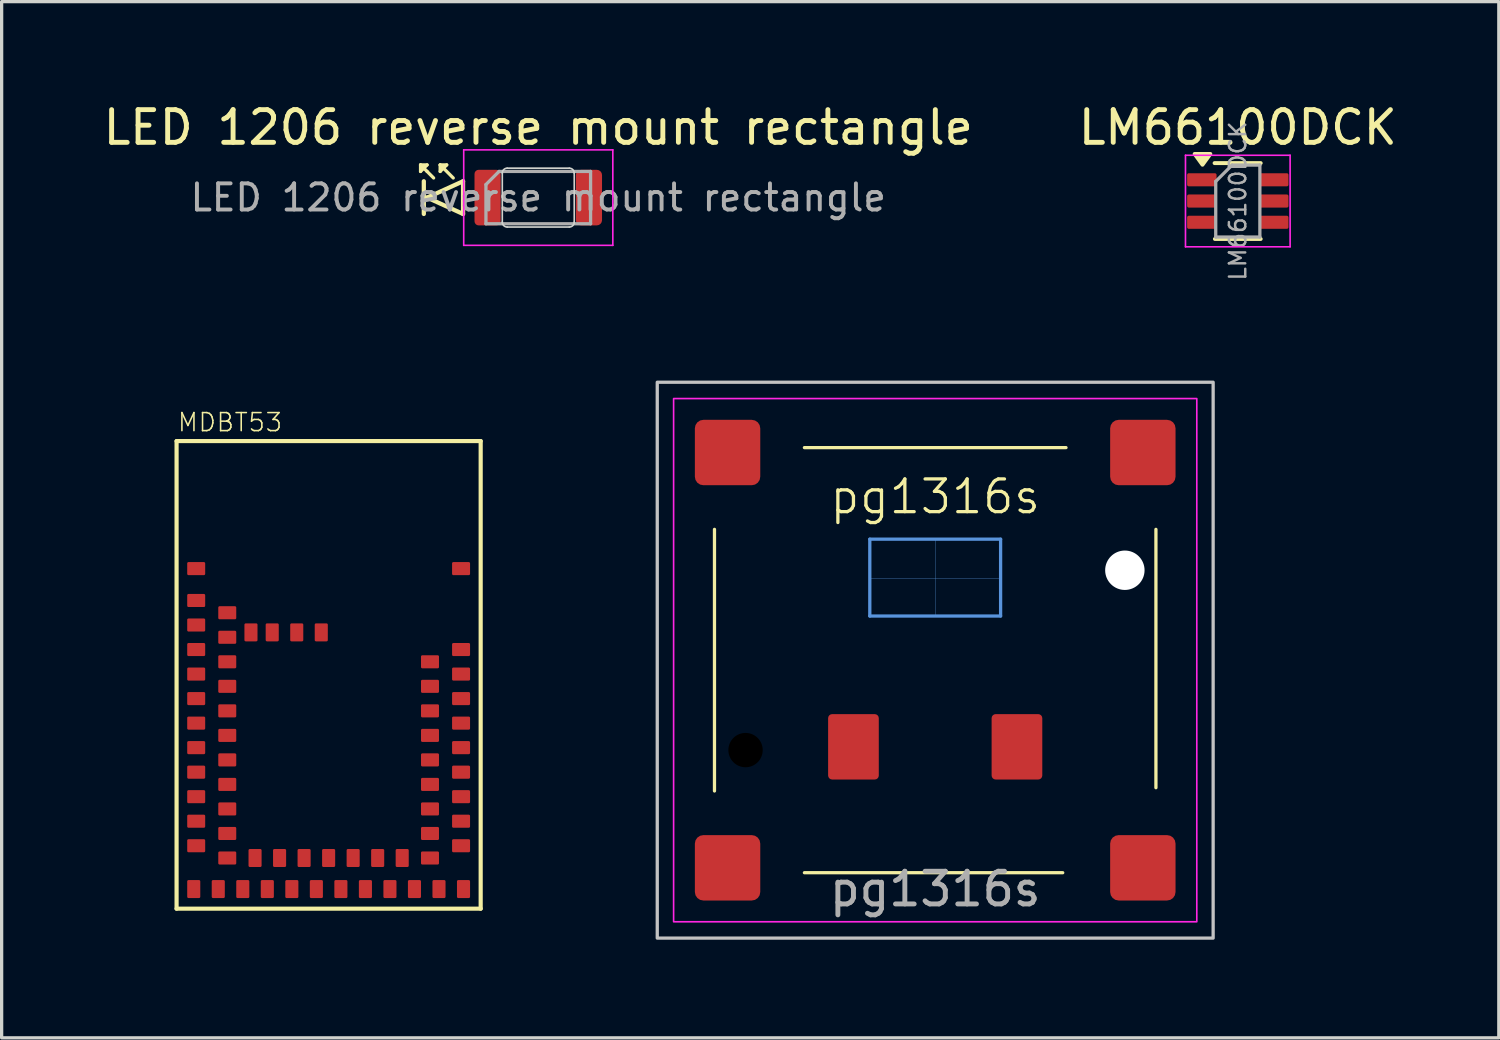
<source format=kicad_pcb>
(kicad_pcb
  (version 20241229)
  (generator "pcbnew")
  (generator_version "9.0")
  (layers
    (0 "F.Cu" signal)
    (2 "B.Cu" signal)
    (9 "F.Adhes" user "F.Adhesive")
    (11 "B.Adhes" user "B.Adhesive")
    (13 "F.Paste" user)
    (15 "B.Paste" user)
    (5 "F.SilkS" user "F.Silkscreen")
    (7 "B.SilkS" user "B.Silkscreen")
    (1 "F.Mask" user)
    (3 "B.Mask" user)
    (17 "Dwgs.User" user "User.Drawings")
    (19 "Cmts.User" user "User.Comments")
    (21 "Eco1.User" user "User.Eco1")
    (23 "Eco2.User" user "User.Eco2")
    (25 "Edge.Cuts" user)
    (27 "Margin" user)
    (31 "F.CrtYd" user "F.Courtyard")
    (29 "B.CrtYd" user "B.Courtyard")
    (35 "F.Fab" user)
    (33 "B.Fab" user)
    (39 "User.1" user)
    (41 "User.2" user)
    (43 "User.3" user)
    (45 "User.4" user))
  (footprint "pg1316s"
    (layer "F.Cu")
    (at 25.55 17.139)
    (property "Reference" "pg1316s" (at 0 -5 0) (unlocked yes) (layer "F.SilkS") (effects (font (size 1 1) (thickness 0.1))))
    (attr smd)
    (fp_line (start -6.75 4) (end -6.75 -4) (stroke (width 0.1) (type default)) (layer "F.SilkS"))
    (fp_line (start -4 -6.5) (end 4 -6.5) (stroke (width 0.1) (type default)) (layer "F.SilkS"))
    (fp_line (start 3.9 6.5) (end -4 6.5) (stroke (width 0.1) (type default)) (layer "F.SilkS"))
    (fp_line (start 6.75 -4) (end 6.75 3.9) (stroke (width 0.1) (type default)) (layer "F.SilkS"))
    (fp_rect (start -8.5 -8.5) (end 8.5 8.5) (stroke (width 0.1) (type default)) (fill no) (layer "Dwgs.User"))
    (fp_line (start -2 -3.7) (end -2 -1.35) (stroke (width 0.1) (type default)) (layer "Cmts.User"))
    (fp_line (start -2 -3.7) (end 2 -3.7) (stroke (width 0.1) (type default)) (layer "Cmts.User"))
    (fp_line (start -2 -1.35) (end 2 -1.35) (stroke (width 0.1) (type default)) (layer "Cmts.User"))
    (fp_line (start 0 -3.7) (end 0 -1.35) (stroke (width 0.01) (type solid)) (layer "Cmts.User"))
    (fp_line (start 2 -3.7) (end 2 -1.35) (stroke (width 0.1) (type default)) (layer "Cmts.User"))
    (fp_line (start 2 -2.5) (end -2 -2.5) (stroke (width 0.01) (type solid)) (layer "Cmts.User"))
    (fp_rect (start -8 -8) (end 8 8) (stroke (width 0.05) (type default)) (fill no) (layer "F.CrtYd"))
    (fp_rect (start -2 -3.7) (end 2 -1.35) (stroke (width 0.05) (type default)) (fill no) (layer "F.CrtYd"))
    (fp_text user "${REFERENCE}" (at 0 7 0) (unlocked yes) (layer "F.Fab") (effects (font (size 1 1) (thickness 0.15))))
    (pad "" np_thru_hole circle (at -5.8 2.75) (size 1.05 1.05) (drill 1.05) (layers "*.Mask"))
    (pad "" np_thru_hole circle (at 5.8 -2.75) (size 1.205 1.205) (drill 1.205) (layers "*.Cu" "*.Mask"))
    (pad "1" smd roundrect (at -2.5 2.65) (size 1.55 2) (layers "F.Cu" "F.Mask" "F.Paste") (roundrect_rratio 0.08))
    (pad "2" smd roundrect (at 2.5 2.65) (size 1.55 2) (layers "F.Cu" "F.Mask" "F.Paste") (roundrect_rratio 0.08))
    (pad "SH" smd roundrect (at -6.35 -6.35) (size 2 2) (layers "F.Cu" "F.Mask" "F.Paste") (roundrect_rratio 0.13))
    (pad "SH" smd roundrect (at -6.35 6.35) (size 2 2) (layers "F.Cu" "F.Mask" "F.Paste") (roundrect_rratio 0.13))
    (pad "SH" smd roundrect (at 6.35 -6.35) (size 2 2) (layers "F.Cu" "F.Mask" "F.Paste") (roundrect_rratio 0.13))
    (pad "SH" smd roundrect (at 6.35 6.35) (size 2 2) (layers "F.Cu" "F.Mask" "F.Paste") (roundrect_rratio 0.13)))
  (footprint "MDBT53"
    (layer "F.Cu")
    (at 7 17.589)
    (property "Reference" "MDBT53" (at -4.65 -7.4 0) (unlocked yes) (layer "F.SilkS") (effects (font (size 0.552 0.552) (thickness 0.048)) (justify left bottom)))
    (fp_line (start -4.65 -7.15) (end 4.65 -7.15) (stroke (width 0.127) (type solid)) (layer "F.SilkS"))
    (fp_line (start -4.65 7.15) (end -4.65 -7.15) (stroke (width 0.127) (type solid)) (layer "F.SilkS"))
    (fp_line (start 4.65 -7.15) (end 4.65 7.15) (stroke (width 0.127) (type solid)) (layer "F.SilkS"))
    (fp_line (start 4.65 7.15) (end -4.65 7.15) (stroke (width 0.127) (type solid)) (layer "F.SilkS"))
    (pad "1" smd roundrect (at -4.05 -3.25) (size 0.55 0.4) (layers "F.Cu" "F.Mask" "F.Paste") (roundrect_rratio 0.1))
    (pad "2" smd roundrect (at -4.05 -2.275) (size 0.55 0.4) (layers "F.Cu" "F.Mask" "F.Paste") (roundrect_rratio 0.1))
    (pad "3" smd roundrect (at -3.1 -1.9) (size 0.55 0.4) (layers "F.Cu" "F.Mask" "F.Paste") (roundrect_rratio 0.1))
    (pad "4" smd roundrect (at -4.05 -1.525) (size 0.55 0.4) (layers "F.Cu" "F.Mask" "F.Paste") (roundrect_rratio 0.1))
    (pad "5" smd roundrect (at -3.1 -1.15) (size 0.55 0.4) (layers "F.Cu" "F.Mask" "F.Paste") (roundrect_rratio 0.1))
    (pad "6" smd roundrect (at -4.05 -0.775) (size 0.55 0.4) (layers "F.Cu" "F.Mask" "F.Paste") (roundrect_rratio 0.1))
    (pad "7" smd roundrect (at -3.1 -0.4) (size 0.55 0.4) (layers "F.Cu" "F.Mask" "F.Paste") (roundrect_rratio 0.1))
    (pad "8" smd roundrect (at -4.05 -0.025) (size 0.55 0.4) (layers "F.Cu" "F.Mask" "F.Paste") (roundrect_rratio 0.1))
    (pad "9" smd roundrect (at -3.1 0.35) (size 0.55 0.4) (layers "F.Cu" "F.Mask" "F.Paste") (roundrect_rratio 0.1))
    (pad "10" smd roundrect (at -4.05 0.725) (size 0.55 0.4) (layers "F.Cu" "F.Mask" "F.Paste") (roundrect_rratio 0.1))
    (pad "11" smd roundrect (at -3.1 1.1) (size 0.55 0.4) (layers "F.Cu" "F.Mask" "F.Paste") (roundrect_rratio 0.1))
    (pad "12" smd roundrect (at -4.05 1.475) (size 0.55 0.4) (layers "F.Cu" "F.Mask" "F.Paste") (roundrect_rratio 0.1))
    (pad "13" smd roundrect (at -3.1 1.85) (size 0.55 0.4) (layers "F.Cu" "F.Mask" "F.Paste") (roundrect_rratio 0.1))
    (pad "14" smd roundrect (at -4.05 2.225) (size 0.55 0.4) (layers "F.Cu" "F.Mask" "F.Paste") (roundrect_rratio 0.1))
    (pad "15" smd roundrect (at -3.1 2.6) (size 0.55 0.4) (layers "F.Cu" "F.Mask" "F.Paste") (roundrect_rratio 0.1))
    (pad "16" smd roundrect (at -4.05 2.975) (size 0.55 0.4) (layers "F.Cu" "F.Mask" "F.Paste") (roundrect_rratio 0.1))
    (pad "17" smd roundrect (at -3.1 3.35) (size 0.55 0.4) (layers "F.Cu" "F.Mask" "F.Paste") (roundrect_rratio 0.1))
    (pad "18" smd roundrect (at -4.05 3.725) (size 0.55 0.4) (layers "F.Cu" "F.Mask" "F.Paste") (roundrect_rratio 0.1))
    (pad "19" smd roundrect (at -3.1 4.1) (size 0.55 0.4) (layers "F.Cu" "F.Mask" "F.Paste") (roundrect_rratio 0.1))
    (pad "20" smd roundrect (at -4.05 4.475) (size 0.55 0.4) (layers "F.Cu" "F.Mask" "F.Paste") (roundrect_rratio 0.1))
    (pad "21" smd roundrect (at -3.1 4.85) (size 0.55 0.4) (layers "F.Cu" "F.Mask" "F.Paste") (roundrect_rratio 0.1))
    (pad "22" smd roundrect (at -4.05 5.225) (size 0.55 0.4) (layers "F.Cu" "F.Mask" "F.Paste") (roundrect_rratio 0.1))
    (pad "23" smd roundrect (at -3.1 5.6) (size 0.55 0.4) (layers "F.Cu" "F.Mask" "F.Paste") (roundrect_rratio 0.1))
    (pad "24" smd roundrect (at -4.125 6.55 90) (size 0.55 0.4) (layers "F.Cu" "F.Mask" "F.Paste") (roundrect_rratio 0.1))
    (pad "25" smd roundrect (at -3.375 6.55 90) (size 0.55 0.4) (layers "F.Cu" "F.Mask" "F.Paste") (roundrect_rratio 0.1))
    (pad "26" smd roundrect (at -2.625 6.55 90) (size 0.55 0.4) (layers "F.Cu" "F.Mask" "F.Paste") (roundrect_rratio 0.1))
    (pad "27" smd roundrect (at -2.25 5.6 90) (size 0.55 0.4) (layers "F.Cu" "F.Mask" "F.Paste") (roundrect_rratio 0.1))
    (pad "28" smd roundrect (at -1.875 6.55 90) (size 0.55 0.4) (layers "F.Cu" "F.Mask" "F.Paste") (roundrect_rratio 0.1))
    (pad "29" smd roundrect (at -1.5 5.6 90) (size 0.55 0.4) (layers "F.Cu" "F.Mask" "F.Paste") (roundrect_rratio 0.1))
    (pad "30" smd roundrect (at -1.125 6.55 90) (size 0.55 0.4) (layers "F.Cu" "F.Mask" "F.Paste") (roundrect_rratio 0.1))
    (pad "31" smd roundrect (at -0.75 5.6 90) (size 0.55 0.4) (layers "F.Cu" "F.Mask" "F.Paste") (roundrect_rratio 0.1))
    (pad "32" smd roundrect (at -0.375 6.55 90) (size 0.55 0.4) (layers "F.Cu" "F.Mask" "F.Paste") (roundrect_rratio 0.1))
    (pad "33" smd roundrect (at 0 5.6 90) (size 0.55 0.4) (layers "F.Cu" "F.Mask" "F.Paste") (roundrect_rratio 0.1))
    (pad "34" smd roundrect (at 0.375 6.55 90) (size 0.55 0.4) (layers "F.Cu" "F.Mask" "F.Paste") (roundrect_rratio 0.1))
    (pad "35" smd roundrect (at 0.75 5.6 90) (size 0.55 0.4) (layers "F.Cu" "F.Mask" "F.Paste") (roundrect_rratio 0.1))
    (pad "36" smd roundrect (at 1.125 6.55 90) (size 0.55 0.4) (layers "F.Cu" "F.Mask" "F.Paste") (roundrect_rratio 0.1))
    (pad "37" smd roundrect (at 1.5 5.6 90) (size 0.55 0.4) (layers "F.Cu" "F.Mask" "F.Paste") (roundrect_rratio 0.1))
    (pad "38" smd roundrect (at 1.875 6.55 90) (size 0.55 0.4) (layers "F.Cu" "F.Mask" "F.Paste") (roundrect_rratio 0.1))
    (pad "39" smd roundrect (at 2.25 5.6 90) (size 0.55 0.4) (layers "F.Cu" "F.Mask" "F.Paste") (roundrect_rratio 0.1))
    (pad "40" smd roundrect (at 2.625 6.55 90) (size 0.55 0.4) (layers "F.Cu" "F.Mask" "F.Paste") (roundrect_rratio 0.1))
    (pad "41" smd roundrect (at 3.375 6.55 90) (size 0.55 0.4) (layers "F.Cu" "F.Mask" "F.Paste") (roundrect_rratio 0.1))
    (pad "42" smd roundrect (at 4.125 6.55 90) (size 0.55 0.4) (layers "F.Cu" "F.Mask" "F.Paste") (roundrect_rratio 0.1))
    (pad "43" smd roundrect (at 3.1 5.6) (size 0.55 0.4) (layers "F.Cu" "F.Mask" "F.Paste") (roundrect_rratio 0.1))
    (pad "44" smd roundrect (at 4.05 5.225) (size 0.55 0.4) (layers "F.Cu" "F.Mask" "F.Paste") (roundrect_rratio 0.1))
    (pad "45" smd roundrect (at 3.1 4.85) (size 0.55 0.4) (layers "F.Cu" "F.Mask" "F.Paste") (roundrect_rratio 0.1))
    (pad "46" smd roundrect (at 4.05 4.475) (size 0.55 0.4) (layers "F.Cu" "F.Mask" "F.Paste") (roundrect_rratio 0.1))
    (pad "47" smd roundrect (at 3.1 4.1) (size 0.55 0.4) (layers "F.Cu" "F.Mask" "F.Paste") (roundrect_rratio 0.1))
    (pad "48" smd roundrect (at 4.05 3.725) (size 0.55 0.4) (layers "F.Cu" "F.Mask" "F.Paste") (roundrect_rratio 0.1))
    (pad "49" smd roundrect (at 3.1 3.35) (size 0.55 0.4) (layers "F.Cu" "F.Mask" "F.Paste") (roundrect_rratio 0.1))
    (pad "50" smd roundrect (at 4.05 2.975) (size 0.55 0.4) (layers "F.Cu" "F.Mask" "F.Paste") (roundrect_rratio 0.1))
    (pad "51" smd roundrect (at 3.1 2.6) (size 0.55 0.4) (layers "F.Cu" "F.Mask" "F.Paste") (roundrect_rratio 0.1))
    (pad "52" smd roundrect (at 4.05 2.225) (size 0.55 0.4) (layers "F.Cu" "F.Mask" "F.Paste") (roundrect_rratio 0.1))
    (pad "53" smd roundrect (at 3.1 1.85) (size 0.55 0.4) (layers "F.Cu" "F.Mask" "F.Paste") (roundrect_rratio 0.1))
    (pad "54" smd roundrect (at 4.05 1.475) (size 0.55 0.4) (layers "F.Cu" "F.Mask" "F.Paste") (roundrect_rratio 0.1))
    (pad "55" smd roundrect (at 3.1 1.1) (size 0.55 0.4) (layers "F.Cu" "F.Mask" "F.Paste") (roundrect_rratio 0.1))
    (pad "56" smd roundrect (at 4.05 0.725) (size 0.55 0.4) (layers "F.Cu" "F.Mask" "F.Paste") (roundrect_rratio 0.1))
    (pad "57" smd roundrect (at 3.1 0.35) (size 0.55 0.4) (layers "F.Cu" "F.Mask" "F.Paste") (roundrect_rratio 0.1))
    (pad "58" smd roundrect (at 4.05 -0.025) (size 0.55 0.4) (layers "F.Cu" "F.Mask" "F.Paste") (roundrect_rratio 0.1))
    (pad "59" smd roundrect (at 3.1 -0.4) (size 0.55 0.4) (layers "F.Cu" "F.Mask" "F.Paste") (roundrect_rratio 0.1))
    (pad "60" smd roundrect (at 4.05 -0.775) (size 0.55 0.4) (layers "F.Cu" "F.Mask" "F.Paste") (roundrect_rratio 0.1))
    (pad "61" smd roundrect (at 4.05 -3.25) (size 0.55 0.4) (layers "F.Cu" "F.Mask" "F.Paste") (roundrect_rratio 0.1))
    (pad "62" smd roundrect (at -2.375 -1.3 90) (size 0.55 0.4) (layers "F.Cu" "F.Mask" "F.Paste") (roundrect_rratio 0.1))
    (pad "63" smd roundrect (at -1.725 -1.3 90) (size 0.55 0.4) (layers "F.Cu" "F.Mask" "F.Paste") (roundrect_rratio 0.1))
    (pad "64" smd roundrect (at -0.975 -1.3 90) (size 0.55 0.4) (layers "F.Cu" "F.Mask" "F.Paste") (roundrect_rratio 0.1))
    (pad "65" smd roundrect (at -0.225 -1.3 90) (size 0.55 0.4) (layers "F.Cu" "F.Mask" "F.Paste") (roundrect_rratio 0.1))
    (zone (net_name "") (layer "F.Cu") (hatch edge 0.5) (connect_pads) (min_thickness 0.25) (filled_areas_thickness no) (keepout (tracks not_allowed) (vias not_allowed) (pads not_allowed) (copperpour not_allowed) (footprints not_allowed)) (placement (enabled no)) (fill) (polygon (pts (xy 4.9 15.389) (xy 6.5 15.389) (xy 6.5 14.089) (xy 4.9 14.089))))
    (zone (net_name "") (layers "F.Cu" "B.Cu") (hatch edge 0.5) (connect_pads) (min_thickness 0.25) (filled_areas_thickness no) (keepout (tracks not_allowed) (vias not_allowed) (pads not_allowed) (copperpour not_allowed) (footprints not_allowed)) (placement (enabled no)) (fill) (polygon (pts (xy 0 8.589) (xy 14 8.589) (xy 14 14.089) (xy 0 14.089)))))
  (footprint "LM66100DCK"
    (layer "F.Cu")
    (at 34.804 3.098)
    (property "Reference" "LM66100DCK" (at 0 -2.25 180) (layer "F.SilkS") (effects (font (size 1 1) (thickness 0.15))))
    (attr smd)
    (fp_line (start -0.71 -1.16) (end 0.7 -1.16) (stroke (width 0.12) (type solid)) (layer "F.SilkS"))
    (fp_line (start -0.7 1.16) (end 0.7 1.16) (stroke (width 0.12) (type solid)) (layer "F.SilkS"))
    (fp_poly (pts (xy -1.08 -1.11) (xy -1.32 -1.44) (xy -0.84 -1.44) (xy -1.08 -1.11)) (stroke (width 0.12) (type solid)) (fill yes) (layer "F.SilkS"))
    (fp_line (start -1.6 -1.4) (end -1.6 1.4) (stroke (width 0.05) (type solid)) (layer "F.CrtYd"))
    (fp_line (start -1.6 -1.4) (end 1.6 -1.4) (stroke (width 0.05) (type solid)) (layer "F.CrtYd"))
    (fp_line (start -1.6 1.4) (end 1.6 1.4) (stroke (width 0.05) (type solid)) (layer "F.CrtYd"))
    (fp_line (start 1.6 1.4) (end 1.6 -1.4) (stroke (width 0.05) (type solid)) (layer "F.CrtYd"))
    (fp_line (start -0.675 -0.6) (end -0.675 1.1) (stroke (width 0.1) (type solid)) (layer "F.Fab"))
    (fp_line (start -0.175 -1.1) (end -0.675 -0.6) (stroke (width 0.1) (type solid)) (layer "F.Fab"))
    (fp_line (start 0.675 -1.1) (end -0.175 -1.1) (stroke (width 0.1) (type solid)) (layer "F.Fab"))
    (fp_line (start 0.675 -1.1) (end 0.675 1.1) (stroke (width 0.1) (type solid)) (layer "F.Fab"))
    (fp_line (start 0.675 1.1) (end -0.675 1.1) (stroke (width 0.1) (type solid)) (layer "F.Fab"))
    (fp_text user "${REFERENCE}" (at 0 0 90) (layer "F.Fab") (effects (font (size 0.5 0.5) (thickness 0.075))))
    (pad "1" smd roundrect (at -1.1 -0.65) (size 0.9 0.4) (layers "F.Cu" "F.Mask" "F.Paste") (roundrect_rratio 0.125))
    (pad "2" smd roundrect (at -1.1 0) (size 0.9 0.4) (layers "F.Cu" "F.Mask" "F.Paste") (roundrect_rratio 0.125))
    (pad "3" smd roundrect (at -1.1 0.65) (size 0.9 0.4) (layers "F.Cu" "F.Mask" "F.Paste") (roundrect_rratio 0.125))
    (pad "4" smd roundrect (at 1.1 0.65) (size 0.9 0.4) (layers "F.Cu" "F.Mask" "F.Paste") (roundrect_rratio 0.125))
    (pad "5" smd roundrect (at 1.1 0) (size 0.9 0.4) (layers "F.Cu" "F.Mask" "F.Paste") (roundrect_rratio 0.125))
    (pad "6" smd roundrect (at 1.1 -0.65) (size 0.9 0.4) (layers "F.Cu" "F.Mask" "F.Paste") (roundrect_rratio 0.125)))
  (footprint "LED 1206 reverse mount rectangle"
    (layer "F.Cu")
    (at 13.411 2.993)
    (property "Reference" "LED 1206 reverse mount rectangle" (at 0 -2.145 0) (layer "F.SilkS") (effects (font (size 1 1) (thickness 0.15))))
    (attr smd)
    (fp_line (start -3.6 -1) (end -3.4 -1) (stroke (width 0.1) (type default)) (layer "F.SilkS"))
    (fp_line (start -3.6 -0.8) (end -3.6 -1) (stroke (width 0.1) (type default)) (layer "F.SilkS"))
    (fp_line (start -3.5 -0.5) (end -3.5 0.5) (stroke (width 0.13) (type default)) (layer "F.SilkS"))
    (fp_line (start -3.4 -1) (end -3.6 -0.8) (stroke (width 0.1) (type default)) (layer "F.SilkS"))
    (fp_line (start -3.4 -0.8) (end -3.6 -1) (stroke (width 0.1) (type default)) (layer "F.SilkS"))
    (fp_line (start -3.4 0) (end -2.3 0.5) (stroke (width 0.13) (type default)) (layer "F.SilkS"))
    (fp_line (start -3.2 -0.6) (end -3.4 -0.8) (stroke (width 0.1) (type default)) (layer "F.SilkS"))
    (fp_line (start -3 -1) (end -2.8 -1) (stroke (width 0.1) (type default)) (layer "F.SilkS"))
    (fp_line (start -3 -0.8) (end -3 -1) (stroke (width 0.1) (type default)) (layer "F.SilkS"))
    (fp_line (start -2.8 -1) (end -3 -0.8) (stroke (width 0.1) (type default)) (layer "F.SilkS"))
    (fp_line (start -2.6 -0.6) (end -3 -1) (stroke (width 0.1) (type default)) (layer "F.SilkS"))
    (fp_line (start -2.3 -0.5) (end -3.4 0) (stroke (width 0.13) (type default)) (layer "F.SilkS"))
    (fp_line (start -2.3 -0.5) (end -2.3 0.5) (stroke (width 0.13) (type solid)) (layer "F.SilkS"))
    (fp_line (start -1.1 -0.75) (end -1.1 0.75) (stroke (width 0.05) (type default)) (layer "Edge.Cuts"))
    (fp_line (start -0.95 -0.9) (end 0.95 -0.9) (stroke (width 0.05) (type default)) (layer "Edge.Cuts"))
    (fp_line (start -0.95 0.9) (end 0.95 0.9) (stroke (width 0.05) (type default)) (layer "Edge.Cuts"))
    (fp_line (start 1.1 -0.75) (end 1.1 0.75) (stroke (width 0.05) (type default)) (layer "Edge.Cuts"))
    (fp_arc (start -1.1 -0.75) (mid -1.056066 -0.856066) (end -0.95 -0.9) (stroke (width 0.05) (type default)) (layer "Edge.Cuts"))
    (fp_arc (start -0.95 0.9) (mid -1.056066 0.856066) (end -1.1 0.75) (stroke (width 0.05) (type default)) (layer "Edge.Cuts"))
    (fp_arc (start 0.95 -0.9) (mid 1.056066 -0.856066) (end 1.1 -0.75) (stroke (width 0.05) (type default)) (layer "Edge.Cuts"))
    (fp_arc (start 1.1 0.75) (mid 1.056066 0.856066) (end 0.95 0.9) (stroke (width 0.05) (type default)) (layer "Edge.Cuts"))
    (fp_line (start -2.28 -1.46) (end 2.28 -1.46) (stroke (width 0.05) (type solid)) (layer "F.CrtYd"))
    (fp_line (start -2.28 1.46) (end -2.28 -1.46) (stroke (width 0.05) (type solid)) (layer "F.CrtYd"))
    (fp_line (start 2.28 -1.46) (end 2.28 1.46) (stroke (width 0.05) (type solid)) (layer "F.CrtYd"))
    (fp_line (start 2.28 1.46) (end -2.28 1.46) (stroke (width 0.05) (type solid)) (layer "F.CrtYd"))
    (fp_line (start -1.6 -0.4) (end -1.6 0.8) (stroke (width 0.1) (type solid)) (layer "F.Fab"))
    (fp_line (start -1.6 0.8) (end 1.6 0.8) (stroke (width 0.1) (type solid)) (layer "F.Fab"))
    (fp_line (start -1.2 -0.8) (end -1.6 -0.4) (stroke (width 0.1) (type solid)) (layer "F.Fab"))
    (fp_line (start 1.6 -0.8) (end -1.2 -0.8) (stroke (width 0.1) (type solid)) (layer "F.Fab"))
    (fp_line (start 1.6 0.8) (end 1.6 -0.8) (stroke (width 0.1) (type solid)) (layer "F.Fab"))
    (fp_text user "${REFERENCE}" (at 0 0 0) (layer "F.Fab") (effects (font (size 0.8 0.8) (thickness 0.12))))
    (pad "1" smd roundrect (at -1.55 0) (size 0.8 1.7) (layers "F.Cu" "F.Mask" "F.Paste") (roundrect_rratio 0.158))
    (pad "2" smd roundrect (at 1.55 0) (size 0.8 1.7) (layers "F.Cu" "F.Mask" "F.Paste") (roundrect_rratio 0.2)))
  (gr_rect
    (start -3 -3)
    (end 42.786 28.689)
    (stroke (width 0.1) (type default))
    (fill no)
    (layer "Edge.Cuts")))
</source>
